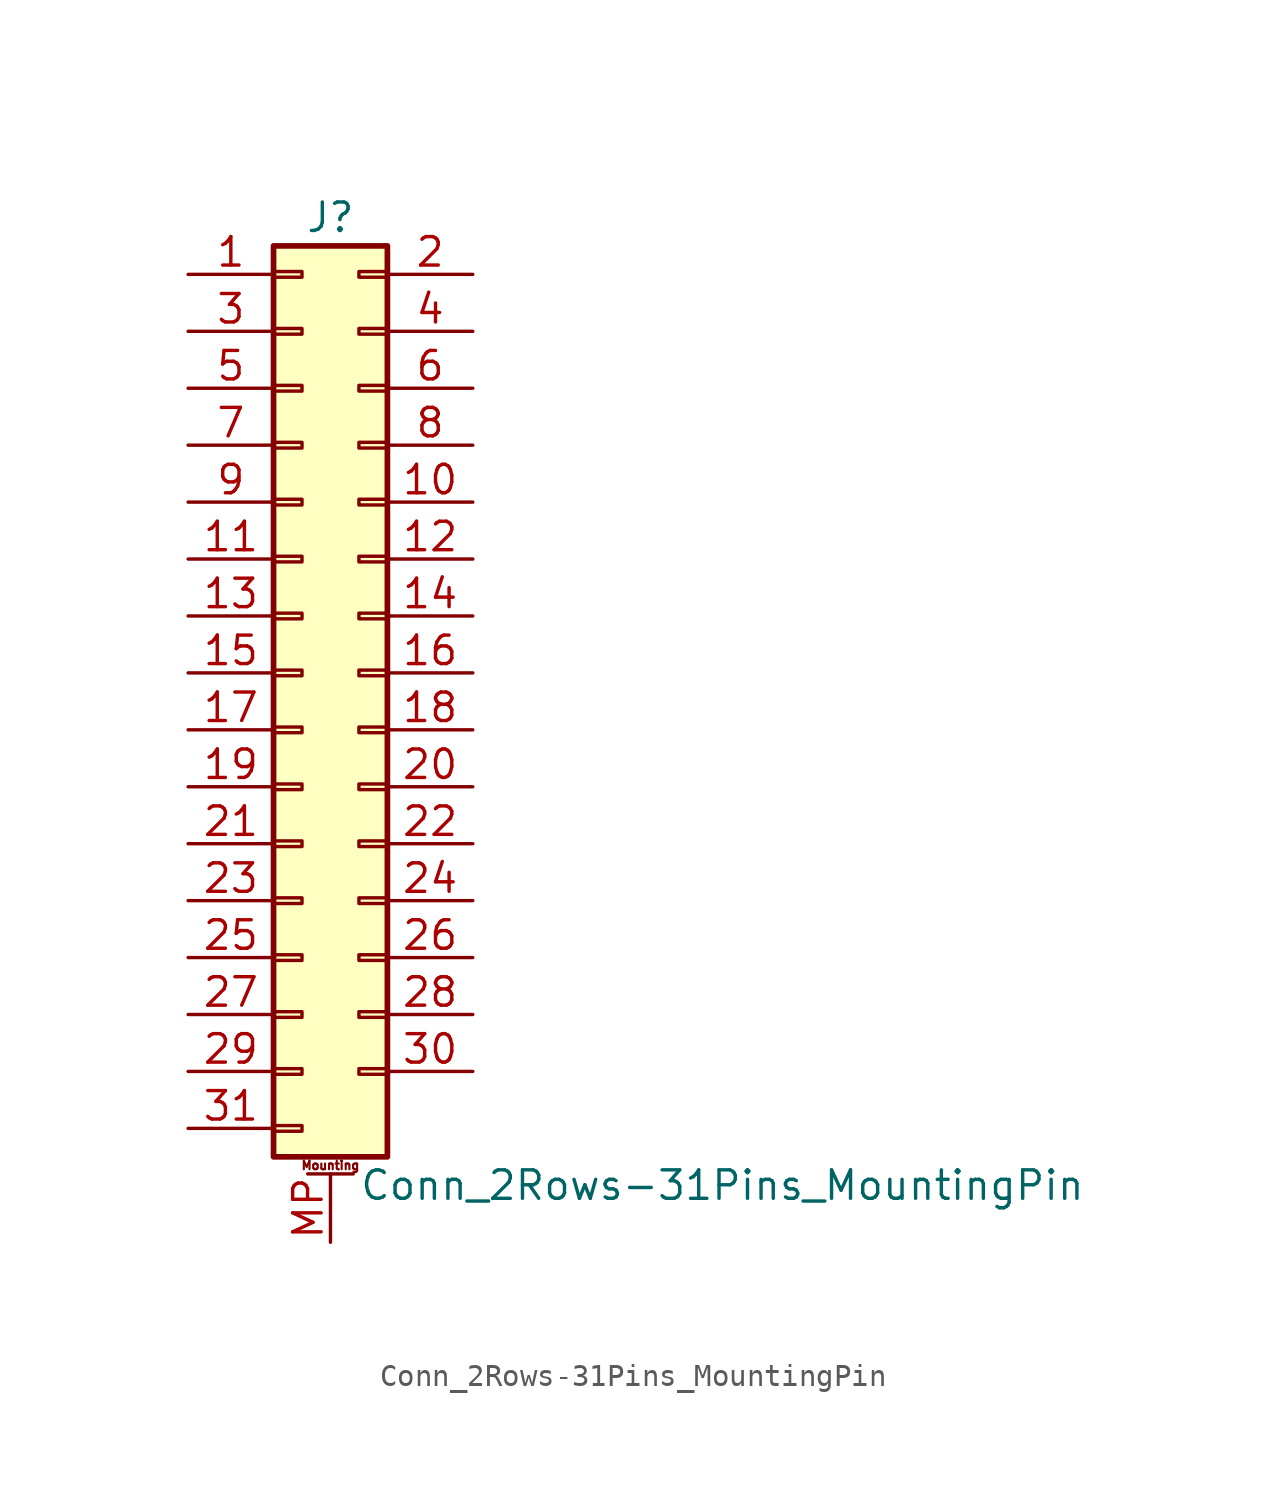
<source format=kicad_sym>
(kicad_symbol_lib
  (version 20220914)
  (generator kicad_symbol_editor)
  (symbol "Conn_2Rows-31Pins_MountingPin"
    (pin_names
      (offset 1.016) hide)
    (property "Reference" "J"
      (at 1.27 20.32 0)
      (effects (font (size 1.27 1.27))))
    (property "Value" "Conn_2Rows-31Pins_MountingPin"
      (at 2.54 -22.86 0)
      (effects (font (size 1.27 1.27)) (justify left)))
    (symbol "Conn_2Rows-31Pins_MountingPin_1_1"
      (rectangle (start -1.27 -20.193) (end 0 -20.447) (stroke (width 0.152) (type default)) (fill (type none)))
      (rectangle (start -1.27 -17.653) (end 0 -17.907) (stroke (width 0.152) (type default)) (fill (type none)))
      (rectangle (start -1.27 -15.113) (end 0 -15.367) (stroke (width 0.152) (type default)) (fill (type none)))
      (rectangle (start -1.27 -12.573) (end 0 -12.827) (stroke (width 0.152) (type default)) (fill (type none)))
      (rectangle (start -1.27 -10.033) (end 0 -10.287) (stroke (width 0.152) (type default)) (fill (type none)))
      (rectangle (start -1.27 -7.493) (end 0 -7.747) (stroke (width 0.152) (type default)) (fill (type none)))
      (rectangle (start -1.27 -4.953) (end 0 -5.207) (stroke (width 0.152) (type default)) (fill (type none)))
      (rectangle (start -1.27 -2.413) (end 0 -2.667) (stroke (width 0.152) (type default)) (fill (type none)))
      (rectangle (start -1.27 0.127) (end 0 -0.127) (stroke (width 0.152) (type default)) (fill (type none)))
      (rectangle (start -1.27 2.667) (end 0 2.413) (stroke (width 0.152) (type default)) (fill (type none)))
      (rectangle (start -1.27 5.207) (end 0 4.953) (stroke (width 0.152) (type default)) (fill (type none)))
      (rectangle (start -1.27 7.747) (end 0 7.493) (stroke (width 0.152) (type default)) (fill (type none)))
      (rectangle (start -1.27 10.287) (end 0 10.033) (stroke (width 0.152) (type default)) (fill (type none)))
      (rectangle (start -1.27 12.827) (end 0 12.573) (stroke (width 0.152) (type default)) (fill (type none)))
      (rectangle (start -1.27 15.367) (end 0 15.113) (stroke (width 0.152) (type default)) (fill (type none)))
      (rectangle (start -1.27 17.907) (end 0 17.653) (stroke (width 0.152) (type default)) (fill (type none)))
      (rectangle (start -1.27 19.05) (end 3.81 -21.59) (stroke (width 0.254) (type default)) (fill (type background)))
      (polyline (pts (xy 0.254 -22.352) (xy 2.286 -22.352)) (stroke (width 0.152) (type default)) (fill (type none)))
      (rectangle (start 3.81 -17.653) (end 2.54 -17.907) (stroke (width 0.152) (type default)) (fill (type none)))
      (rectangle (start 3.81 -15.113) (end 2.54 -15.367) (stroke (width 0.152) (type default)) (fill (type none)))
      (rectangle (start 3.81 -12.573) (end 2.54 -12.827) (stroke (width 0.152) (type default)) (fill (type none)))
      (rectangle (start 3.81 -10.033) (end 2.54 -10.287) (stroke (width 0.152) (type default)) (fill (type none)))
      (rectangle (start 3.81 -7.493) (end 2.54 -7.747) (stroke (width 0.152) (type default)) (fill (type none)))
      (rectangle (start 3.81 -4.953) (end 2.54 -5.207) (stroke (width 0.152) (type default)) (fill (type none)))
      (rectangle (start 3.81 -2.413) (end 2.54 -2.667) (stroke (width 0.152) (type default)) (fill (type none)))
      (rectangle (start 3.81 0.127) (end 2.54 -0.127) (stroke (width 0.152) (type default)) (fill (type none)))
      (rectangle (start 3.81 2.667) (end 2.54 2.413) (stroke (width 0.152) (type default)) (fill (type none)))
      (rectangle (start 3.81 5.207) (end 2.54 4.953) (stroke (width 0.152) (type default)) (fill (type none)))
      (rectangle (start 3.81 7.747) (end 2.54 7.493) (stroke (width 0.152) (type default)) (fill (type none)))
      (rectangle (start 3.81 10.287) (end 2.54 10.033) (stroke (width 0.152) (type default)) (fill (type none)))
      (rectangle (start 3.81 12.827) (end 2.54 12.573) (stroke (width 0.152) (type default)) (fill (type none)))
      (rectangle (start 3.81 15.367) (end 2.54 15.113) (stroke (width 0.152) (type default)) (fill (type none)))
      (rectangle (start 3.81 17.907) (end 2.54 17.653) (stroke (width 0.152) (type default)) (fill (type none)))
      (text "Mounting" (at 1.27 -21.971 0) (effects (font (size 0.381 0.381))))
      (pin passive line (at -5.08 17.78 0) (length 3.81) (name "Pin_1" (effects (font (size 1.27 1.27)))) (number "1" (effects (font (size 1.27 1.27)))))
      (pin passive line (at 7.62 7.62 180) (length 3.81) (name "Pin_10" (effects (font (size 1.27 1.27)))) (number "10" (effects (font (size 1.27 1.27)))))
      (pin passive line (at -5.08 5.08 0) (length 3.81) (name "Pin_11" (effects (font (size 1.27 1.27)))) (number "11" (effects (font (size 1.27 1.27)))))
      (pin passive line (at 7.62 5.08 180) (length 3.81) (name "Pin_12" (effects (font (size 1.27 1.27)))) (number "12" (effects (font (size 1.27 1.27)))))
      (pin passive line (at -5.08 2.54 0) (length 3.81) (name "Pin_13" (effects (font (size 1.27 1.27)))) (number "13" (effects (font (size 1.27 1.27)))))
      (pin passive line (at 7.62 2.54 180) (length 3.81) (name "Pin_14" (effects (font (size 1.27 1.27)))) (number "14" (effects (font (size 1.27 1.27)))))
      (pin passive line (at -5.08 0 0) (length 3.81) (name "Pin_15" (effects (font (size 1.27 1.27)))) (number "15" (effects (font (size 1.27 1.27)))))
      (pin passive line (at 7.62 0 180) (length 3.81) (name "Pin_16" (effects (font (size 1.27 1.27)))) (number "16" (effects (font (size 1.27 1.27)))))
      (pin passive line (at -5.08 -2.54 0) (length 3.81) (name "Pin_17" (effects (font (size 1.27 1.27)))) (number "17" (effects (font (size 1.27 1.27)))))
      (pin passive line (at 7.62 -2.54 180) (length 3.81) (name "Pin_18" (effects (font (size 1.27 1.27)))) (number "18" (effects (font (size 1.27 1.27)))))
      (pin passive line (at -5.08 -5.08 0) (length 3.81) (name "Pin_19" (effects (font (size 1.27 1.27)))) (number "19" (effects (font (size 1.27 1.27)))))
      (pin passive line (at 7.62 17.78 180) (length 3.81) (name "Pin_2" (effects (font (size 1.27 1.27)))) (number "2" (effects (font (size 1.27 1.27)))))
      (pin passive line (at 7.62 -5.08 180) (length 3.81) (name "Pin_20" (effects (font (size 1.27 1.27)))) (number "20" (effects (font (size 1.27 1.27)))))
      (pin passive line (at -5.08 -7.62 0) (length 3.81) (name "Pin_21" (effects (font (size 1.27 1.27)))) (number "21" (effects (font (size 1.27 1.27)))))
      (pin passive line (at 7.62 -7.62 180) (length 3.81) (name "Pin_22" (effects (font (size 1.27 1.27)))) (number "22" (effects (font (size 1.27 1.27)))))
      (pin passive line (at -5.08 -10.16 0) (length 3.81) (name "Pin_23" (effects (font (size 1.27 1.27)))) (number "23" (effects (font (size 1.27 1.27)))))
      (pin passive line (at 7.62 -10.16 180) (length 3.81) (name "Pin_24" (effects (font (size 1.27 1.27)))) (number "24" (effects (font (size 1.27 1.27)))))
      (pin passive line (at -5.08 -12.7 0) (length 3.81) (name "Pin_25" (effects (font (size 1.27 1.27)))) (number "25" (effects (font (size 1.27 1.27)))))
      (pin passive line (at 7.62 -12.7 180) (length 3.81) (name "Pin_26" (effects (font (size 1.27 1.27)))) (number "26" (effects (font (size 1.27 1.27)))))
      (pin passive line (at -5.08 -15.24 0) (length 3.81) (name "Pin_27" (effects (font (size 1.27 1.27)))) (number "27" (effects (font (size 1.27 1.27)))))
      (pin passive line (at 7.62 -15.24 180) (length 3.81) (name "Pin_28" (effects (font (size 1.27 1.27)))) (number "28" (effects (font (size 1.27 1.27)))))
      (pin passive line (at -5.08 -17.78 0) (length 3.81) (name "Pin_29" (effects (font (size 1.27 1.27)))) (number "29" (effects (font (size 1.27 1.27)))))
      (pin passive line (at -5.08 15.24 0) (length 3.81) (name "Pin_3" (effects (font (size 1.27 1.27)))) (number "3" (effects (font (size 1.27 1.27)))))
      (pin passive line (at 7.62 -17.78 180) (length 3.81) (name "Pin_30" (effects (font (size 1.27 1.27)))) (number "30" (effects (font (size 1.27 1.27)))))
      (pin passive line (at -5.08 -20.32 0) (length 3.81) (name "Pin_31" (effects (font (size 1.27 1.27)))) (number "31" (effects (font (size 1.27 1.27)))))
      (pin passive line (at 7.62 15.24 180) (length 3.81) (name "Pin_4" (effects (font (size 1.27 1.27)))) (number "4" (effects (font (size 1.27 1.27)))))
      (pin passive line (at -5.08 12.7 0) (length 3.81) (name "Pin_5" (effects (font (size 1.27 1.27)))) (number "5" (effects (font (size 1.27 1.27)))))
      (pin passive line (at 7.62 12.7 180) (length 3.81) (name "Pin_6" (effects (font (size 1.27 1.27)))) (number "6" (effects (font (size 1.27 1.27)))))
      (pin passive line (at -5.08 10.16 0) (length 3.81) (name "Pin_7" (effects (font (size 1.27 1.27)))) (number "7" (effects (font (size 1.27 1.27)))))
      (pin passive line (at 7.62 10.16 180) (length 3.81) (name "Pin_8" (effects (font (size 1.27 1.27)))) (number "8" (effects (font (size 1.27 1.27)))))
      (pin passive line (at -5.08 7.62 0) (length 3.81) (name "Pin_9" (effects (font (size 1.27 1.27)))) (number "9" (effects (font (size 1.27 1.27)))))
      (pin passive line (at 1.27 -25.4 90) (length 3.048) (name "MountPin" (effects (font (size 1.27 1.27)))) (number "MP" (effects (font (size 1.27 1.27))))))))
</source>
